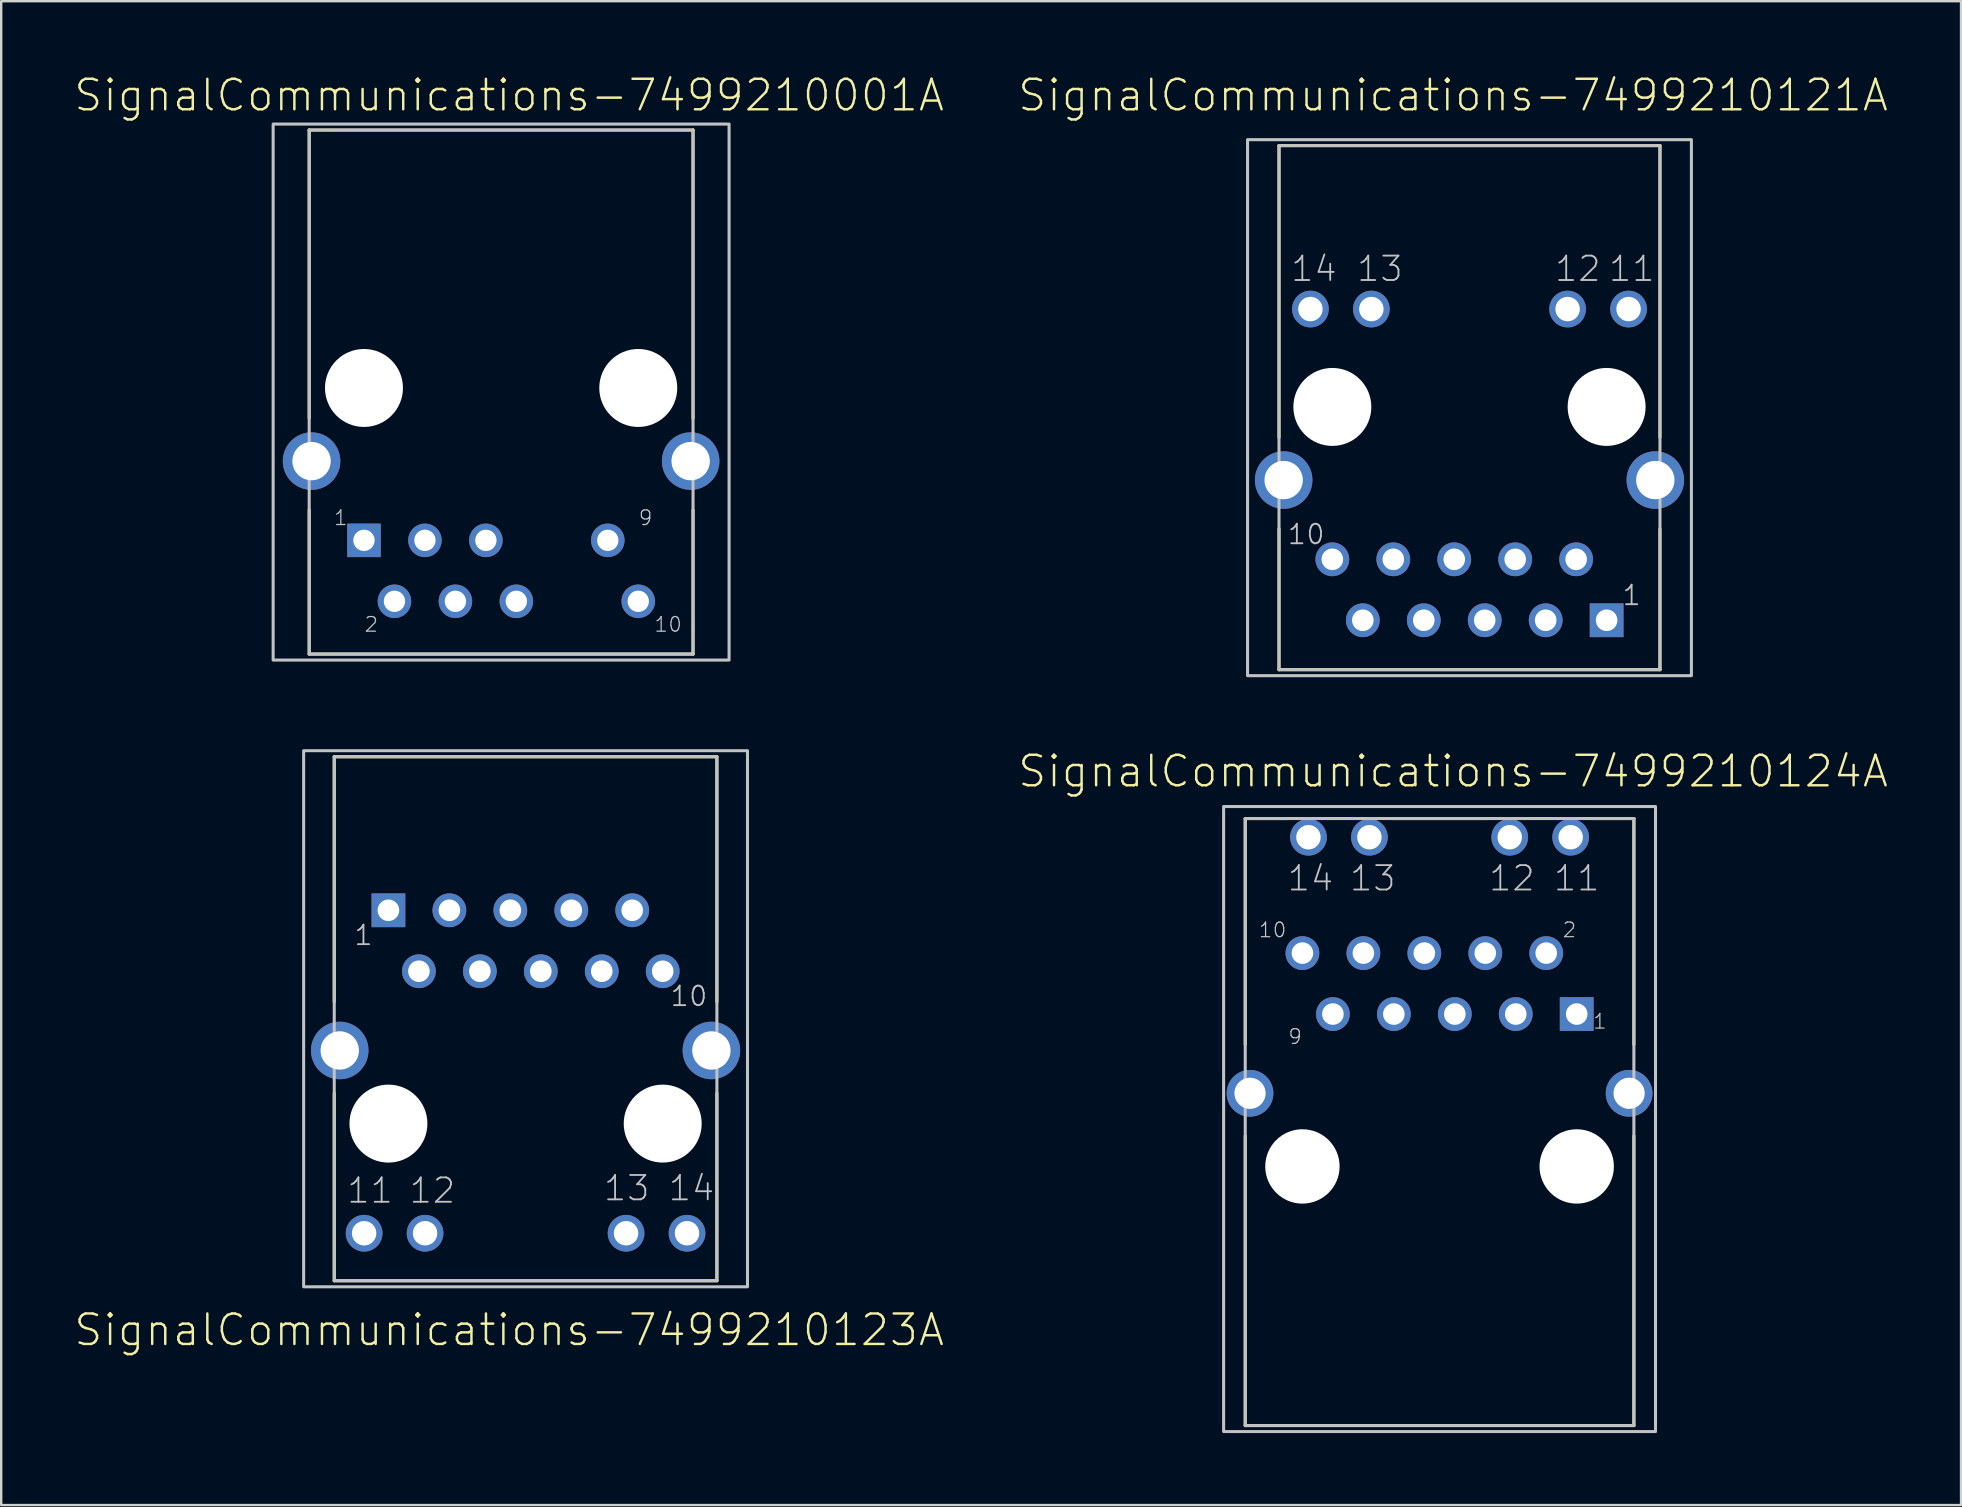
<source format=kicad_pcb>
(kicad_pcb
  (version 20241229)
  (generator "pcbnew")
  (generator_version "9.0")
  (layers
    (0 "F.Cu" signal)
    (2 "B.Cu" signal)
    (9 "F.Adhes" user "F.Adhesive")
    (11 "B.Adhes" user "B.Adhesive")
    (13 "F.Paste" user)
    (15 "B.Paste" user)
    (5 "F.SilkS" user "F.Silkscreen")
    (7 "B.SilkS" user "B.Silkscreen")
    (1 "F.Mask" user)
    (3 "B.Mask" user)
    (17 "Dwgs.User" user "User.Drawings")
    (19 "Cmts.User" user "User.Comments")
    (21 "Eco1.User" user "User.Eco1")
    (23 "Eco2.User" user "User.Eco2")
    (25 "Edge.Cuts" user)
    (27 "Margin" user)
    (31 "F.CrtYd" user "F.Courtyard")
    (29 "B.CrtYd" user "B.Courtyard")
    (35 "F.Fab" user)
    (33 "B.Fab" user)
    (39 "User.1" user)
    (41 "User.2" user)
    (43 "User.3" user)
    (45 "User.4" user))
  (footprint "SignalCommunications-7499210001A"
    (layer "F.Cu")
    (at 17.833 13.118)
    (property "Reference" "SignalCommunications-7499210001A" (at 0.335 -12.197 0) (layer "F.SilkS") (effects (font (size 1.27 1.27) (thickness 0.102))))
    (attr exclude_from_pos_files exclude_from_bom)
    (fp_line (start -7.998 1.27) (end -7.998 -10.749) (stroke (width 0.127) (type solid)) (layer "F.SilkS"))
    (fp_line (start -7.998 11.09) (end -7.998 5.08) (stroke (width 0.127) (type solid)) (layer "F.SilkS"))
    (fp_line (start -7.998 11.09) (end 7.998 11.09) (stroke (width 0.127) (type solid)) (layer "F.SilkS"))
    (fp_line (start 7.998 -10.749) (end -7.998 -10.749) (stroke (width 0.127) (type solid)) (layer "F.SilkS"))
    (fp_line (start 7.998 -10.749) (end 7.998 1.27) (stroke (width 0.127) (type solid)) (layer "F.SilkS"))
    (fp_line (start 7.998 5.08) (end 7.998 11.09) (stroke (width 0.127) (type solid)) (layer "F.SilkS"))
    (fp_line (start -7.998 -10.749) (end -7.998 11.09) (stroke (width 0.127) (type solid)) (layer "Dwgs.User"))
    (fp_line (start -7.998 -10.749) (end 7.998 -10.749) (stroke (width 0.127) (type solid)) (layer "Dwgs.User"))
    (fp_line (start -7.998 11.09) (end 7.998 11.09) (stroke (width 0.127) (type solid)) (layer "Dwgs.User"))
    (fp_line (start 7.998 11.09) (end 7.998 -10.749) (stroke (width 0.127) (type solid)) (layer "Dwgs.User"))
    (fp_poly (pts (xy -9.5 -10.998) (xy 9.5 -10.998) (xy 9.5 11.339) (xy -9.5 11.339) (xy -9.5 -10.998)) (stroke (width 0.127) (type solid)) (fill no) (layer "Dwgs.User"))
    (fp_text user "2" (at -5.41 9.855 0) (layer "Dwgs.User") (effects (font (size 0.61 0.61) (thickness 0.051))))
    (fp_text user "1" (at -6.68 5.41 0) (layer "Dwgs.User") (effects (font (size 0.61 0.61) (thickness 0.051))))
    (fp_text user "10" (at 6.96 9.855 0) (layer "Dwgs.User") (effects (font (size 0.61 0.61) (thickness 0.051))))
    (fp_text user "9" (at 6.02 5.41 0) (layer "Dwgs.User") (effects (font (size 0.61 0.61) (thickness 0.051))))
    (pad "" np_thru_hole circle (at -5.715 0) (size 3.249 3.249) (drill 3.249) (layers "*.Cu" "*.Mask"))
    (pad "" np_thru_hole circle (at 5.715 0) (size 3.249 3.249) (drill 3.249) (layers "*.Cu" "*.Mask"))
    (pad "1" thru_hole rect (at -5.715 6.35) (size 1.397 1.397) (drill 0.889) (layers "*.Cu" "*.Paste" "*.Mask"))
    (pad "2" thru_hole circle (at -4.445 8.89) (size 1.397 1.397) (drill 0.889) (layers "*.Cu" "*.Paste" "*.Mask"))
    (pad "3" thru_hole circle (at -3.175 6.35) (size 1.397 1.397) (drill 0.889) (layers "*.Cu" "*.Paste" "*.Mask"))
    (pad "4" thru_hole circle (at -1.905 8.89) (size 1.397 1.397) (drill 0.889) (layers "*.Cu" "*.Paste" "*.Mask"))
    (pad "5" thru_hole circle (at -0.635 6.35) (size 1.397 1.397) (drill 0.889) (layers "*.Cu" "*.Paste" "*.Mask"))
    (pad "6" thru_hole circle (at 0.635 8.89) (size 1.397 1.397) (drill 0.889) (layers "*.Cu" "*.Paste" "*.Mask"))
    (pad "9" thru_hole circle (at 4.445 6.35) (size 1.397 1.397) (drill 0.889) (layers "*.Cu" "*.Paste" "*.Mask"))
    (pad "10" thru_hole circle (at 5.715 8.89) (size 1.397 1.397) (drill 0.889) (layers "*.Cu" "*.Paste" "*.Mask"))
    (pad "Z1" thru_hole circle (at -7.899 3.048) (size 2.398 2.398) (drill 1.598) (layers "*.Cu" "*.Paste" "*.Mask"))
    (pad "Z2" thru_hole circle (at 7.899 3.048) (size 2.398 2.398) (drill 1.598) (layers "*.Cu" "*.Paste" "*.Mask")))
  (footprint "SignalCommunications-7499210121A"
    (layer "F.Cu")
    (at 58.188 13.908)
    (property "Reference" "SignalCommunications-7499210121A" (at -0.683 -12.987 0) (layer "F.SilkS") (effects (font (size 1.27 1.27) (thickness 0.102))))
    (attr exclude_from_pos_files exclude_from_bom)
    (fp_line (start -7.938 1.27) (end -7.938 -10.889) (stroke (width 0.127) (type solid)) (layer "F.SilkS"))
    (fp_line (start -7.938 10.95) (end -7.938 5.08) (stroke (width 0.127) (type solid)) (layer "F.SilkS"))
    (fp_line (start -7.938 10.95) (end 7.938 10.95) (stroke (width 0.127) (type solid)) (layer "F.SilkS"))
    (fp_line (start 7.938 -10.889) (end -7.938 -10.889) (stroke (width 0.127) (type solid)) (layer "F.SilkS"))
    (fp_line (start 7.938 -10.889) (end 7.938 1.27) (stroke (width 0.127) (type solid)) (layer "F.SilkS"))
    (fp_line (start 7.938 5.08) (end 7.938 10.95) (stroke (width 0.127) (type solid)) (layer "F.SilkS"))
    (fp_line (start -7.938 -10.889) (end -7.938 10.95) (stroke (width 0.127) (type solid)) (layer "Dwgs.User"))
    (fp_line (start -7.938 -10.889) (end 7.938 -10.889) (stroke (width 0.127) (type solid)) (layer "Dwgs.User"))
    (fp_line (start -7.938 10.95) (end 7.938 10.95) (stroke (width 0.127) (type solid)) (layer "Dwgs.User"))
    (fp_line (start 7.938 10.95) (end 7.938 -10.889) (stroke (width 0.127) (type solid)) (layer "Dwgs.User"))
    (fp_poly (pts (xy -9.248 -11.138) (xy 9.248 -11.138) (xy 9.248 11.199) (xy -9.248 11.199) (xy -9.248 -11.138)) (stroke (width 0.127) (type solid)) (fill no) (layer "Dwgs.User"))
    (fp_text user "11" (at 6.764 -5.756 0) (layer "Dwgs.User") (effects (font (size 1.016 1.016) (thickness 0.076))))
    (fp_text user "10" (at -6.807 5.309 0) (layer "Dwgs.User") (effects (font (size 0.813 0.813) (thickness 0.076))))
    (fp_text user "13" (at -3.734 -5.756 0) (layer "Dwgs.User") (effects (font (size 1.016 1.016) (thickness 0.076))))
    (fp_text user "14" (at -6.482 -5.756 0) (layer "Dwgs.User") (effects (font (size 1.016 1.016) (thickness 0.076))))
    (fp_text user "1" (at 6.756 7.849 0) (layer "Dwgs.User") (effects (font (size 0.813 0.813) (thickness 0.076))))
    (fp_text user "12" (at 4.514 -5.756 0) (layer "Dwgs.User") (effects (font (size 1.016 1.016) (thickness 0.076))))
    (pad "" np_thru_hole circle (at -5.715 0) (size 3.249 3.249) (drill 3.249) (layers "*.Cu" "*.Mask"))
    (pad "" np_thru_hole circle (at 5.715 0) (size 3.249 3.249) (drill 3.249) (layers "*.Cu" "*.Mask"))
    (pad "1" thru_hole rect (at 5.715 8.89) (size 1.407 1.407) (drill 0.899) (layers "*.Cu" "*.Paste" "*.Mask"))
    (pad "2" thru_hole circle (at 4.445 6.35) (size 1.407 1.407) (drill 0.899) (layers "*.Cu" "*.Paste" "*.Mask"))
    (pad "3" thru_hole circle (at 3.175 8.89) (size 1.407 1.407) (drill 0.899) (layers "*.Cu" "*.Paste" "*.Mask"))
    (pad "4" thru_hole circle (at 1.905 6.35) (size 1.407 1.407) (drill 0.899) (layers "*.Cu" "*.Paste" "*.Mask"))
    (pad "5" thru_hole circle (at 0.635 8.89) (size 1.407 1.407) (drill 0.899) (layers "*.Cu" "*.Paste" "*.Mask"))
    (pad "6" thru_hole circle (at -0.635 6.35) (size 1.407 1.407) (drill 0.899) (layers "*.Cu" "*.Paste" "*.Mask"))
    (pad "7" thru_hole circle (at -1.905 8.89) (size 1.407 1.407) (drill 0.899) (layers "*.Cu" "*.Paste" "*.Mask"))
    (pad "8" thru_hole circle (at -3.175 6.35) (size 1.407 1.407) (drill 0.899) (layers "*.Cu" "*.Paste" "*.Mask"))
    (pad "9" thru_hole circle (at -4.445 8.89) (size 1.407 1.407) (drill 0.899) (layers "*.Cu" "*.Paste" "*.Mask"))
    (pad "10" thru_hole circle (at -5.715 6.35) (size 1.407 1.407) (drill 0.899) (layers "*.Cu" "*.Paste" "*.Mask"))
    (pad "11" thru_hole circle (at 6.629 -4.079) (size 1.529 1.529) (drill 1.019) (layers "*.Cu" "*.Paste" "*.Mask"))
    (pad "12" thru_hole circle (at 4.089 -4.079) (size 1.529 1.529) (drill 1.019) (layers "*.Cu" "*.Paste" "*.Mask"))
    (pad "13" thru_hole circle (at -4.089 -4.079) (size 1.529 1.529) (drill 1.019) (layers "*.Cu" "*.Paste" "*.Mask"))
    (pad "14" thru_hole circle (at -6.629 -4.079) (size 1.529 1.529) (drill 1.019) (layers "*.Cu" "*.Paste" "*.Mask"))
    (pad "Z1" thru_hole circle (at -7.744 3.048) (size 2.398 2.398) (drill 1.598) (layers "*.Cu" "*.Paste" "*.Mask"))
    (pad "Z2" thru_hole circle (at 7.744 3.048) (size 2.398 2.398) (drill 1.598) (layers "*.Cu" "*.Paste" "*.Mask")))
  (footprint "SignalCommunications-7499210123A"
    (layer "F.Cu")
    (at 18.852 43.774)
    (property "Reference" "SignalCommunications-7499210123A" (at -0.683 8.6 0) (layer "F.SilkS") (effects (font (size 1.27 1.27) (thickness 0.102))))
    (attr exclude_from_pos_files exclude_from_bom)
    (fp_line (start -7.973 -5.08) (end -7.973 -15.288) (stroke (width 0.127) (type solid)) (layer "F.SilkS"))
    (fp_line (start -7.973 6.548) (end -7.973 -1.27) (stroke (width 0.127) (type solid)) (layer "F.SilkS"))
    (fp_line (start -7.973 6.548) (end 7.973 6.548) (stroke (width 0.127) (type solid)) (layer "F.SilkS"))
    (fp_line (start 7.973 -15.288) (end -7.973 -15.288) (stroke (width 0.127) (type solid)) (layer "F.SilkS"))
    (fp_line (start 7.973 -15.288) (end 7.973 -5.08) (stroke (width 0.127) (type solid)) (layer "F.SilkS"))
    (fp_line (start 7.973 -1.27) (end 7.973 6.548) (stroke (width 0.127) (type solid)) (layer "F.SilkS"))
    (fp_line (start -7.973 -15.288) (end -7.973 6.548) (stroke (width 0.127) (type solid)) (layer "Dwgs.User"))
    (fp_line (start 7.973 -15.288) (end -7.973 -15.288) (stroke (width 0.127) (type solid)) (layer "Dwgs.User"))
    (fp_line (start 7.973 6.548) (end -7.973 6.548) (stroke (width 0.127) (type solid)) (layer "Dwgs.User"))
    (fp_line (start 7.973 6.548) (end 7.973 -15.288) (stroke (width 0.127) (type solid)) (layer "Dwgs.User"))
    (fp_poly (pts (xy -9.248 -15.54) (xy 9.248 -15.54) (xy 9.248 6.8) (xy -9.248 6.8) (xy -9.248 -15.54)) (stroke (width 0.127) (type solid)) (fill no) (layer "Dwgs.User"))
    (fp_text user "13" (at 4.214 2.69 0) (layer "Dwgs.User") (effects (font (size 1.016 1.016) (thickness 0.076))))
    (fp_text user "11" (at -6.482 2.791 0) (layer "Dwgs.User") (effects (font (size 1.016 1.016) (thickness 0.076))))
    (fp_text user "12" (at -3.884 2.791 0) (layer "Dwgs.User") (effects (font (size 1.016 1.016) (thickness 0.076))))
    (fp_text user "10" (at 6.807 -5.309 180) (layer "Dwgs.User") (effects (font (size 0.813 0.813) (thickness 0.076))))
    (fp_text user "1" (at -6.756 -7.849 180) (layer "Dwgs.User") (effects (font (size 0.813 0.813) (thickness 0.076))))
    (fp_text user "14" (at 6.914 2.69 0) (layer "Dwgs.User") (effects (font (size 1.016 1.016) (thickness 0.076))))
    (pad "" np_thru_hole circle (at -5.715 0) (size 3.249 3.249) (drill 3.249) (layers "*.Cu" "*.Mask"))
    (pad "" np_thru_hole circle (at 5.715 0) (size 3.249 3.249) (drill 3.249) (layers "*.Cu" "*.Mask"))
    (pad "1" thru_hole rect (at -5.715 -8.89) (size 1.407 1.407) (drill 0.899) (layers "*.Cu" "*.Paste" "*.Mask"))
    (pad "2" thru_hole circle (at -4.445 -6.35) (size 1.407 1.407) (drill 0.899) (layers "*.Cu" "*.Paste" "*.Mask"))
    (pad "3" thru_hole circle (at -3.175 -8.89) (size 1.407 1.407) (drill 0.899) (layers "*.Cu" "*.Paste" "*.Mask"))
    (pad "4" thru_hole circle (at -1.905 -6.35) (size 1.407 1.407) (drill 0.899) (layers "*.Cu" "*.Paste" "*.Mask"))
    (pad "5" thru_hole circle (at -0.635 -8.89) (size 1.407 1.407) (drill 0.899) (layers "*.Cu" "*.Paste" "*.Mask"))
    (pad "6" thru_hole circle (at 0.635 -6.35) (size 1.407 1.407) (drill 0.899) (layers "*.Cu" "*.Paste" "*.Mask"))
    (pad "7" thru_hole circle (at 1.905 -8.89) (size 1.407 1.407) (drill 0.899) (layers "*.Cu" "*.Paste" "*.Mask"))
    (pad "8" thru_hole circle (at 3.175 -6.35) (size 1.407 1.407) (drill 0.899) (layers "*.Cu" "*.Paste" "*.Mask"))
    (pad "9" thru_hole circle (at 4.445 -8.89) (size 1.407 1.407) (drill 0.899) (layers "*.Cu" "*.Paste" "*.Mask"))
    (pad "10" thru_hole circle (at 5.715 -6.35) (size 1.407 1.407) (drill 0.899) (layers "*.Cu" "*.Paste" "*.Mask"))
    (pad "11" thru_hole circle (at -6.728 4.569) (size 1.529 1.529) (drill 1.019) (layers "*.Cu" "*.Paste" "*.Mask"))
    (pad "12" thru_hole circle (at -4.188 4.569) (size 1.529 1.529) (drill 1.019) (layers "*.Cu" "*.Paste" "*.Mask"))
    (pad "13" thru_hole circle (at 4.188 4.569) (size 1.529 1.529) (drill 1.019) (layers "*.Cu" "*.Paste" "*.Mask"))
    (pad "14" thru_hole circle (at 6.728 4.569) (size 1.529 1.529) (drill 1.019) (layers "*.Cu" "*.Paste" "*.Mask"))
    (pad "Z1" thru_hole circle (at 7.744 -3.048) (size 2.398 2.398) (drill 1.598) (layers "*.Cu" "*.Paste" "*.Mask"))
    (pad "Z2" thru_hole circle (at -7.744 -3.048) (size 2.398 2.398) (drill 1.598) (layers "*.Cu" "*.Paste" "*.Mask")))
  (footprint "SignalCommunications-7499210124A"
    (layer "F.Cu")
    (at 56.941 45.559)
    (property "Reference" "SignalCommunications-7499210124A" (at 0.564 -16.467 0) (layer "F.SilkS") (effects (font (size 1.27 1.27) (thickness 0.102))))
    (attr exclude_from_pos_files exclude_from_bom)
    (fp_line (start -8.098 -5.08) (end -8.098 -14.498) (stroke (width 0.127) (type solid)) (layer "F.SilkS"))
    (fp_line (start -8.098 10.798) (end -8.098 -1.27) (stroke (width 0.127) (type solid)) (layer "F.SilkS"))
    (fp_line (start -8.098 10.798) (end 8.098 10.798) (stroke (width 0.127) (type solid)) (layer "F.SilkS"))
    (fp_line (start -6.35 -14.498) (end -8.098 -14.498) (stroke (width 0.127) (type solid)) (layer "F.SilkS"))
    (fp_line (start 1.999 -14.498) (end -1.999 -14.498) (stroke (width 0.127) (type solid)) (layer "F.SilkS"))
    (fp_line (start 8.098 -14.498) (end 6.35 -14.498) (stroke (width 0.127) (type solid)) (layer "F.SilkS"))
    (fp_line (start 8.098 -14.498) (end 8.098 -5.08) (stroke (width 0.127) (type solid)) (layer "F.SilkS"))
    (fp_line (start 8.098 -1.27) (end 8.098 10.798) (stroke (width 0.127) (type solid)) (layer "F.SilkS"))
    (fp_line (start -8.098 -14.498) (end -8.098 10.798) (stroke (width 0.127) (type solid)) (layer "Dwgs.User"))
    (fp_line (start 8.098 -14.498) (end -8.098 -14.498) (stroke (width 0.127) (type solid)) (layer "Dwgs.User"))
    (fp_line (start 8.098 10.798) (end -8.098 10.798) (stroke (width 0.127) (type solid)) (layer "Dwgs.User"))
    (fp_line (start 8.098 10.798) (end 8.098 -14.498) (stroke (width 0.127) (type solid)) (layer "Dwgs.User"))
    (fp_poly (pts (xy -8.999 -14.999) (xy 8.999 -14.999) (xy 8.999 11.049) (xy -8.999 11.049) (xy -8.999 -14.999)) (stroke (width 0.127) (type solid)) (fill no) (layer "Dwgs.User"))
    (fp_text user "9" (at -6.02 -5.41 180) (layer "Dwgs.User") (effects (font (size 0.61 0.61) (thickness 0.051))))
    (fp_text user "2" (at 5.41 -9.855 180) (layer "Dwgs.User") (effects (font (size 0.61 0.61) (thickness 0.051))))
    (fp_text user "10" (at -6.96 -9.855 180) (layer "Dwgs.User") (effects (font (size 0.61 0.61) (thickness 0.051))))
    (fp_text user "11" (at 5.715 -12.007 0) (layer "Dwgs.User") (effects (font (size 1.016 1.016) (thickness 0.076))))
    (fp_text user "12" (at 3.015 -12.007 0) (layer "Dwgs.User") (effects (font (size 1.016 1.016) (thickness 0.076))))
    (fp_text user "13" (at -2.784 -12.007 0) (layer "Dwgs.User") (effects (font (size 1.016 1.016) (thickness 0.076))))
    (fp_text user "14" (at -5.382 -12.007 0) (layer "Dwgs.User") (effects (font (size 1.016 1.016) (thickness 0.076))))
    (fp_text user "1" (at 6.68 -6.045 180) (layer "Dwgs.User") (effects (font (size 0.61 0.61) (thickness 0.051))))
    (pad "" np_thru_hole circle (at -5.715 0) (size 3.099 3.099) (drill 3.099) (layers "*.Cu" "*.Mask"))
    (pad "" np_thru_hole circle (at 5.715 0) (size 3.099 3.099) (drill 3.099) (layers "*.Cu" "*.Mask"))
    (pad "1" thru_hole rect (at 5.715 -6.35) (size 1.407 1.407) (drill 0.899) (layers "*.Cu" "*.Paste" "*.Mask"))
    (pad "2" thru_hole circle (at 4.445 -8.89) (size 1.407 1.407) (drill 0.899) (layers "*.Cu" "*.Paste" "*.Mask"))
    (pad "3" thru_hole circle (at 3.175 -6.35) (size 1.407 1.407) (drill 0.899) (layers "*.Cu" "*.Paste" "*.Mask"))
    (pad "4" thru_hole circle (at 1.905 -8.89) (size 1.407 1.407) (drill 0.899) (layers "*.Cu" "*.Paste" "*.Mask"))
    (pad "5" thru_hole circle (at 0.635 -6.35) (size 1.407 1.407) (drill 0.899) (layers "*.Cu" "*.Paste" "*.Mask"))
    (pad "6" thru_hole circle (at -0.635 -8.89) (size 1.407 1.407) (drill 0.899) (layers "*.Cu" "*.Paste" "*.Mask"))
    (pad "7" thru_hole circle (at -1.905 -6.35) (size 1.407 1.407) (drill 0.899) (layers "*.Cu" "*.Paste" "*.Mask"))
    (pad "8" thru_hole circle (at -3.175 -8.89) (size 1.407 1.407) (drill 0.899) (layers "*.Cu" "*.Paste" "*.Mask"))
    (pad "9" thru_hole circle (at -4.445 -6.35) (size 1.407 1.407) (drill 0.899) (layers "*.Cu" "*.Paste" "*.Mask"))
    (pad "10" thru_hole circle (at -5.715 -8.89) (size 1.407 1.407) (drill 0.899) (layers "*.Cu" "*.Paste" "*.Mask"))
    (pad "11" thru_hole circle (at 5.464 -13.719) (size 1.529 1.529) (drill 1.019) (layers "*.Cu" "*.Paste" "*.Mask"))
    (pad "12" thru_hole circle (at 2.924 -13.719) (size 1.529 1.529) (drill 1.019) (layers "*.Cu" "*.Paste" "*.Mask"))
    (pad "13" thru_hole circle (at -2.924 -13.719) (size 1.529 1.529) (drill 1.019) (layers "*.Cu" "*.Paste" "*.Mask"))
    (pad "14" thru_hole circle (at -5.464 -13.719) (size 1.529 1.529) (drill 1.019) (layers "*.Cu" "*.Paste" "*.Mask"))
    (pad "Z1" thru_hole circle (at 7.899 -3.048) (size 1.948 1.948) (drill 1.298) (layers "*.Cu" "*.Paste" "*.Mask"))
    (pad "Z2" thru_hole circle (at -7.899 -3.048) (size 1.948 1.948) (drill 1.298) (layers "*.Cu" "*.Paste" "*.Mask")))
  (gr_rect
    (start -3 -3)
    (end 78.673 59.671)
    (stroke (width 0.1) (type default))
    (fill no)
    (layer "Edge.Cuts")))
</source>
